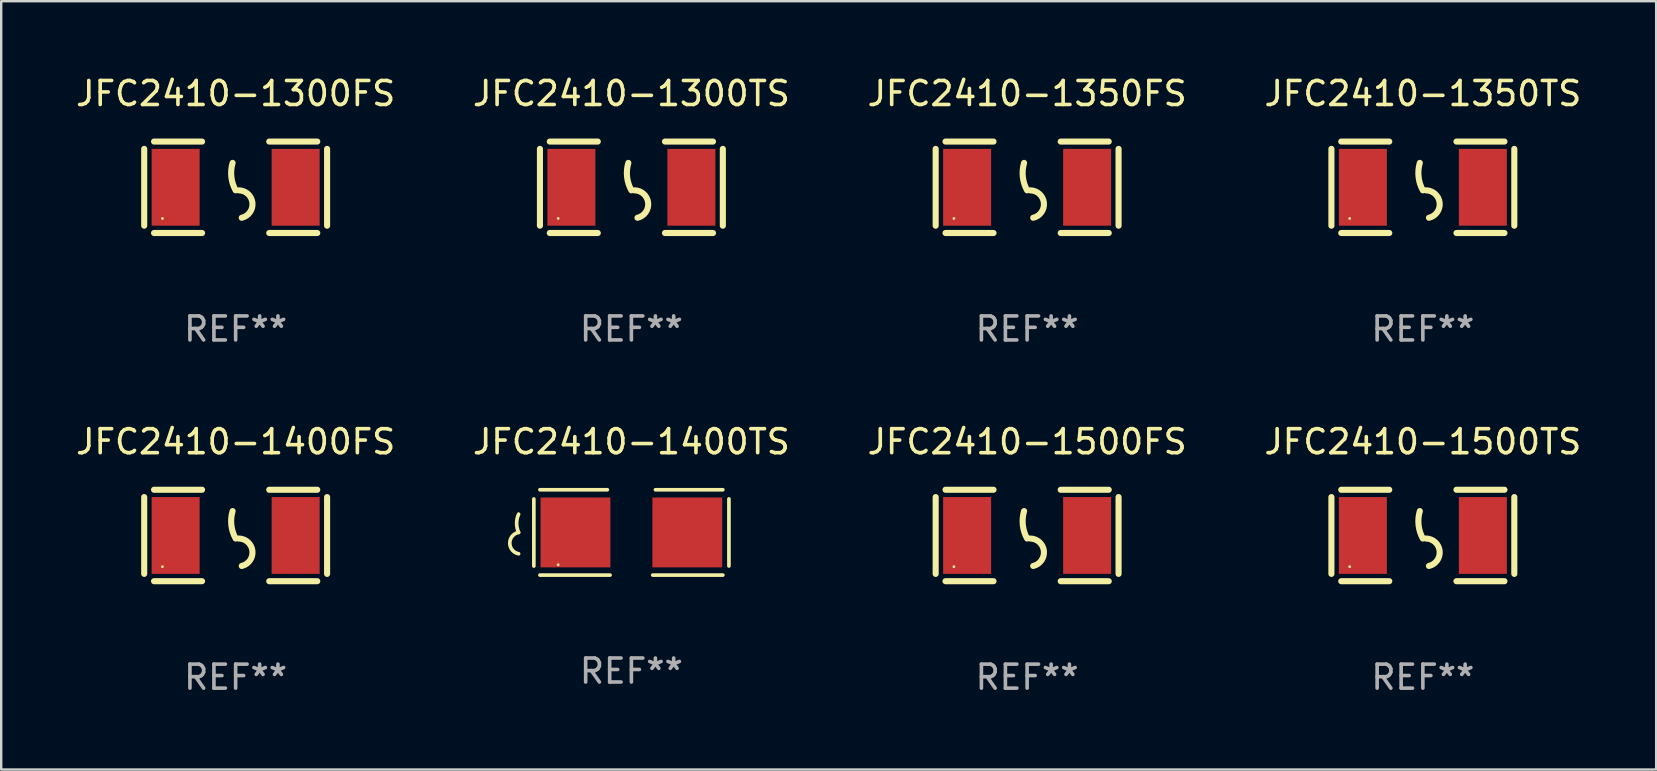
<source format=kicad_pcb>
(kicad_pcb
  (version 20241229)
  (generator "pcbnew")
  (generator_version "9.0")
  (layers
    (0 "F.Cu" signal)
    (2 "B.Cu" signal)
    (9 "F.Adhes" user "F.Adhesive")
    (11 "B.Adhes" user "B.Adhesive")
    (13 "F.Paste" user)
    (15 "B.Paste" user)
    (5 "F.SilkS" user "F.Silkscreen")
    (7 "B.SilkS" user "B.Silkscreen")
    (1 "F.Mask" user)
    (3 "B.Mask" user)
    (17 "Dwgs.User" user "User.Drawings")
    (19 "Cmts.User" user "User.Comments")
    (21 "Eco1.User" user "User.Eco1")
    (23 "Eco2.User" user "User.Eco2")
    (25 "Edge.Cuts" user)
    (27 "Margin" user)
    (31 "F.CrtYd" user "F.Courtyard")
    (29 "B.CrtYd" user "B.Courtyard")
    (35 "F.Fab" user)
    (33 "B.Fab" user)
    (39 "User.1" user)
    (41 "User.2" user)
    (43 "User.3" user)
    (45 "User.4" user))
  (footprint "JFC2410-1300FS"
    (layer "F.Cu")
    (at 6.768 4.753)
    (property "Reference" "JFC2410-1300FS" (at 0 -3.905 0) (layer "F.SilkS") (effects (font (size 1 1) (thickness 0.15))))
    (attr through_hole)
    (fp_line (start -3.81 -1.6) (end -3.81 1.6) (stroke (width 0.254) (type solid)) (layer "F.SilkS"))
    (fp_line (start -3.4 -1.905) (end -1.4 -1.905) (stroke (width 0.254) (type solid)) (layer "F.SilkS"))
    (fp_line (start -3.4 1.905) (end -1.4 1.905) (stroke (width 0.254) (type solid)) (layer "F.SilkS"))
    (fp_line (start 1.4 -1.905) (end 3.4 -1.905) (stroke (width 0.254) (type solid)) (layer "F.SilkS"))
    (fp_line (start 1.4 1.905) (end 3.4 1.905) (stroke (width 0.254) (type solid)) (layer "F.SilkS"))
    (fp_line (start 3.81 -1.6) (end 3.81 1.6) (stroke (width 0.254) (type solid)) (layer "F.SilkS"))
    (fp_arc (start 0 0.127) (mid -0.178599 -0.431712) (end -0.127 -1.016002) (stroke (width 0.254001) (type solid)) (layer "F.SilkS"))
    (fp_arc (start 0.126999 0.127) (mid 0.698883 0.642014) (end 0.254001 1.270003) (stroke (width 0.254001) (type solid)) (layer "F.SilkS"))
    (fp_circle (center -3.05 1.3) (end -3.02 1.3) (stroke (width 0.06) (type solid)) (fill no) (layer "F.SilkS"))
    (fp_text user "REF**" (at 0 5.905 0) (layer "F.Fab") (effects (font (size 1 1) (thickness 0.15))))
    (pad "1" smd rect (at -2.5 0) (size 2 3.2) (layers "F.Cu" "F.Mask" "F.Paste"))
    (pad "2" smd rect (at 2.5 0) (size 2 3.2) (layers "F.Cu" "F.Mask" "F.Paste")))
  (footprint "JFC2410-1500FS"
    (layer "F.Cu")
    (at 39.744 19.26)
    (property "Reference" "JFC2410-1500FS" (at 0 -3.905 0) (layer "F.SilkS") (effects (font (size 1 1) (thickness 0.15))))
    (attr through_hole)
    (fp_line (start -3.81 -1.6) (end -3.81 1.6) (stroke (width 0.254) (type solid)) (layer "F.SilkS"))
    (fp_line (start -3.4 -1.905) (end -1.4 -1.905) (stroke (width 0.254) (type solid)) (layer "F.SilkS"))
    (fp_line (start -3.4 1.905) (end -1.4 1.905) (stroke (width 0.254) (type solid)) (layer "F.SilkS"))
    (fp_line (start 1.4 -1.905) (end 3.4 -1.905) (stroke (width 0.254) (type solid)) (layer "F.SilkS"))
    (fp_line (start 1.4 1.905) (end 3.4 1.905) (stroke (width 0.254) (type solid)) (layer "F.SilkS"))
    (fp_line (start 3.81 -1.6) (end 3.81 1.6) (stroke (width 0.254) (type solid)) (layer "F.SilkS"))
    (fp_arc (start 0 0.127) (mid -0.178599 -0.431712) (end -0.127 -1.016002) (stroke (width 0.254001) (type solid)) (layer "F.SilkS"))
    (fp_arc (start 0.126999 0.127) (mid 0.698883 0.642014) (end 0.254001 1.270003) (stroke (width 0.254001) (type solid)) (layer "F.SilkS"))
    (fp_circle (center -3.05 1.3) (end -3.02 1.3) (stroke (width 0.06) (type solid)) (fill no) (layer "F.SilkS"))
    (fp_text user "REF**" (at 0 5.905 0) (layer "F.Fab") (effects (font (size 1 1) (thickness 0.15))))
    (pad "1" smd rect (at -2.5 0) (size 2 3.2) (layers "F.Cu" "F.Mask" "F.Paste"))
    (pad "2" smd rect (at 2.5 0) (size 2 3.2) (layers "F.Cu" "F.Mask" "F.Paste")))
  (footprint "JFC2410-1500TS"
    (layer "F.Cu")
    (at 56.232 19.26)
    (property "Reference" "JFC2410-1500TS" (at 0 -3.905 0) (layer "F.SilkS") (effects (font (size 1 1) (thickness 0.15))))
    (attr through_hole)
    (fp_line (start -3.81 -1.6) (end -3.81 1.6) (stroke (width 0.254) (type solid)) (layer "F.SilkS"))
    (fp_line (start -3.4 -1.905) (end -1.4 -1.905) (stroke (width 0.254) (type solid)) (layer "F.SilkS"))
    (fp_line (start -3.4 1.905) (end -1.4 1.905) (stroke (width 0.254) (type solid)) (layer "F.SilkS"))
    (fp_line (start 1.4 -1.905) (end 3.4 -1.905) (stroke (width 0.254) (type solid)) (layer "F.SilkS"))
    (fp_line (start 1.4 1.905) (end 3.4 1.905) (stroke (width 0.254) (type solid)) (layer "F.SilkS"))
    (fp_line (start 3.81 -1.6) (end 3.81 1.6) (stroke (width 0.254) (type solid)) (layer "F.SilkS"))
    (fp_arc (start 0 0.127) (mid -0.178599 -0.431712) (end -0.127 -1.016002) (stroke (width 0.254001) (type solid)) (layer "F.SilkS"))
    (fp_arc (start 0.126999 0.127) (mid 0.698883 0.642014) (end 0.254001 1.270003) (stroke (width 0.254001) (type solid)) (layer "F.SilkS"))
    (fp_circle (center -3.05 1.3) (end -3.02 1.3) (stroke (width 0.06) (type solid)) (fill no) (layer "F.SilkS"))
    (fp_text user "REF**" (at 0 5.905 0) (layer "F.Fab") (effects (font (size 1 1) (thickness 0.15))))
    (pad "1" smd rect (at -2.5 0) (size 2 3.2) (layers "F.Cu" "F.Mask" "F.Paste"))
    (pad "2" smd rect (at 2.5 0) (size 2 3.2) (layers "F.Cu" "F.Mask" "F.Paste")))
  (footprint "JFC2410-1300TS"
    (layer "F.Cu")
    (at 23.256 4.753)
    (property "Reference" "JFC2410-1300TS" (at 0 -3.905 0) (layer "F.SilkS") (effects (font (size 1 1) (thickness 0.15))))
    (attr through_hole)
    (fp_line (start -3.81 -1.6) (end -3.81 1.6) (stroke (width 0.254) (type solid)) (layer "F.SilkS"))
    (fp_line (start -3.4 -1.905) (end -1.4 -1.905) (stroke (width 0.254) (type solid)) (layer "F.SilkS"))
    (fp_line (start -3.4 1.905) (end -1.4 1.905) (stroke (width 0.254) (type solid)) (layer "F.SilkS"))
    (fp_line (start 1.4 -1.905) (end 3.4 -1.905) (stroke (width 0.254) (type solid)) (layer "F.SilkS"))
    (fp_line (start 1.4 1.905) (end 3.4 1.905) (stroke (width 0.254) (type solid)) (layer "F.SilkS"))
    (fp_line (start 3.81 -1.6) (end 3.81 1.6) (stroke (width 0.254) (type solid)) (layer "F.SilkS"))
    (fp_arc (start 0 0.127) (mid -0.178599 -0.431712) (end -0.127 -1.016002) (stroke (width 0.254001) (type solid)) (layer "F.SilkS"))
    (fp_arc (start 0.126999 0.127) (mid 0.698883 0.642014) (end 0.254001 1.270003) (stroke (width 0.254001) (type solid)) (layer "F.SilkS"))
    (fp_circle (center -3.05 1.3) (end -3.02 1.3) (stroke (width 0.06) (type solid)) (fill no) (layer "F.SilkS"))
    (fp_text user "REF**" (at 0 5.905 0) (layer "F.Fab") (effects (font (size 1 1) (thickness 0.15))))
    (pad "1" smd rect (at -2.5 0) (size 2 3.2) (layers "F.Cu" "F.Mask" "F.Paste"))
    (pad "2" smd rect (at 2.5 0) (size 2 3.2) (layers "F.Cu" "F.Mask" "F.Paste")))
  (footprint "JFC2410-1400TS"
    (layer "F.Cu")
    (at 23.256 19.133)
    (property "Reference" "JFC2410-1400TS" (at 0 -3.778 0) (layer "F.SilkS") (effects (font (size 1 1) (thickness 0.15))))
    (attr through_hole)
    (fp_line (start -4.064 -1.393) (end -4.064 1.401) (stroke (width 0.152) (type solid)) (layer "F.SilkS"))
    (fp_line (start -3.81 -1.778) (end -1.002 -1.778) (stroke (width 0.152) (type solid)) (layer "F.SilkS"))
    (fp_line (start -0.889 1.778) (end -3.81 1.778) (stroke (width 0.152) (type solid)) (layer "F.SilkS"))
    (fp_line (start 0.889 1.778) (end 3.81 1.778) (stroke (width 0.152) (type solid)) (layer "F.SilkS"))
    (fp_line (start 3.81 -1.778) (end 1.002 -1.778) (stroke (width 0.152) (type solid)) (layer "F.SilkS"))
    (fp_line (start 4.064 -1.397) (end 4.064 1.397) (stroke (width 0.152) (type solid)) (layer "F.SilkS"))
    (fp_arc (start -4.699009 0) (mid -4.780645 -0.381001) (end -4.699009 -0.762002) (stroke (width 0.151994) (type solid)) (layer "F.SilkS"))
    (fp_arc (start -4.699009 0.889002) (mid -5.066697 0.444501) (end -4.699009 0) (stroke (width 0.151994) (type solid)) (layer "F.SilkS"))
    (fp_circle (center -3.05 1.347) (end -3.02 1.347) (stroke (width 0.06) (type solid)) (fill no) (layer "F.SilkS"))
    (fp_text user "REF**" (at 0 5.778 0) (layer "F.Fab") (effects (font (size 1 1) (thickness 0.15))))
    (pad "1" smd rect (at -2.33 0) (size 2.91 2.911) (layers "F.Cu" "F.Mask" "F.Paste"))
    (pad "2" smd rect (at 2.33 0) (size 2.91 2.911) (layers "F.Cu" "F.Mask" "F.Paste")))
  (footprint "JFC2410-1400FS"
    (layer "F.Cu")
    (at 6.768 19.26)
    (property "Reference" "JFC2410-1400FS" (at 0 -3.905 0) (layer "F.SilkS") (effects (font (size 1 1) (thickness 0.15))))
    (attr through_hole)
    (fp_line (start -3.81 -1.6) (end -3.81 1.6) (stroke (width 0.254) (type solid)) (layer "F.SilkS"))
    (fp_line (start -3.4 -1.905) (end -1.4 -1.905) (stroke (width 0.254) (type solid)) (layer "F.SilkS"))
    (fp_line (start -3.4 1.905) (end -1.4 1.905) (stroke (width 0.254) (type solid)) (layer "F.SilkS"))
    (fp_line (start 1.4 -1.905) (end 3.4 -1.905) (stroke (width 0.254) (type solid)) (layer "F.SilkS"))
    (fp_line (start 1.4 1.905) (end 3.4 1.905) (stroke (width 0.254) (type solid)) (layer "F.SilkS"))
    (fp_line (start 3.81 -1.6) (end 3.81 1.6) (stroke (width 0.254) (type solid)) (layer "F.SilkS"))
    (fp_arc (start 0 0.127) (mid -0.178599 -0.431712) (end -0.127 -1.016002) (stroke (width 0.254001) (type solid)) (layer "F.SilkS"))
    (fp_arc (start 0.126999 0.127) (mid 0.698883 0.642014) (end 0.254001 1.270003) (stroke (width 0.254001) (type solid)) (layer "F.SilkS"))
    (fp_circle (center -3.05 1.3) (end -3.02 1.3) (stroke (width 0.06) (type solid)) (fill no) (layer "F.SilkS"))
    (fp_text user "REF**" (at 0 5.905 0) (layer "F.Fab") (effects (font (size 1 1) (thickness 0.15))))
    (pad "1" smd rect (at -2.5 0) (size 2 3.2) (layers "F.Cu" "F.Mask" "F.Paste"))
    (pad "2" smd rect (at 2.5 0) (size 2 3.2) (layers "F.Cu" "F.Mask" "F.Paste")))
  (footprint "JFC2410-1350TS"
    (layer "F.Cu")
    (at 56.232 4.753)
    (property "Reference" "JFC2410-1350TS" (at 0 -3.905 0) (layer "F.SilkS") (effects (font (size 1 1) (thickness 0.15))))
    (attr through_hole)
    (fp_line (start -3.81 -1.6) (end -3.81 1.6) (stroke (width 0.254) (type solid)) (layer "F.SilkS"))
    (fp_line (start -3.4 -1.905) (end -1.4 -1.905) (stroke (width 0.254) (type solid)) (layer "F.SilkS"))
    (fp_line (start -3.4 1.905) (end -1.4 1.905) (stroke (width 0.254) (type solid)) (layer "F.SilkS"))
    (fp_line (start 1.4 -1.905) (end 3.4 -1.905) (stroke (width 0.254) (type solid)) (layer "F.SilkS"))
    (fp_line (start 1.4 1.905) (end 3.4 1.905) (stroke (width 0.254) (type solid)) (layer "F.SilkS"))
    (fp_line (start 3.81 -1.6) (end 3.81 1.6) (stroke (width 0.254) (type solid)) (layer "F.SilkS"))
    (fp_arc (start 0 0.127) (mid -0.178599 -0.431712) (end -0.127 -1.016002) (stroke (width 0.254001) (type solid)) (layer "F.SilkS"))
    (fp_arc (start 0.126999 0.127) (mid 0.698883 0.642014) (end 0.254001 1.270003) (stroke (width 0.254001) (type solid)) (layer "F.SilkS"))
    (fp_circle (center -3.05 1.3) (end -3.02 1.3) (stroke (width 0.06) (type solid)) (fill no) (layer "F.SilkS"))
    (fp_text user "REF**" (at 0 5.905 0) (layer "F.Fab") (effects (font (size 1 1) (thickness 0.15))))
    (pad "1" smd rect (at -2.5 0) (size 2 3.2) (layers "F.Cu" "F.Mask" "F.Paste"))
    (pad "2" smd rect (at 2.5 0) (size 2 3.2) (layers "F.Cu" "F.Mask" "F.Paste")))
  (footprint "JFC2410-1350FS"
    (layer "F.Cu")
    (at 39.744 4.753)
    (property "Reference" "JFC2410-1350FS" (at 0 -3.905 0) (layer "F.SilkS") (effects (font (size 1 1) (thickness 0.15))))
    (attr through_hole)
    (fp_line (start -3.81 -1.6) (end -3.81 1.6) (stroke (width 0.254) (type solid)) (layer "F.SilkS"))
    (fp_line (start -3.4 -1.905) (end -1.4 -1.905) (stroke (width 0.254) (type solid)) (layer "F.SilkS"))
    (fp_line (start -3.4 1.905) (end -1.4 1.905) (stroke (width 0.254) (type solid)) (layer "F.SilkS"))
    (fp_line (start 1.4 -1.905) (end 3.4 -1.905) (stroke (width 0.254) (type solid)) (layer "F.SilkS"))
    (fp_line (start 1.4 1.905) (end 3.4 1.905) (stroke (width 0.254) (type solid)) (layer "F.SilkS"))
    (fp_line (start 3.81 -1.6) (end 3.81 1.6) (stroke (width 0.254) (type solid)) (layer "F.SilkS"))
    (fp_arc (start 0 0.127) (mid -0.178599 -0.431712) (end -0.127 -1.016002) (stroke (width 0.254001) (type solid)) (layer "F.SilkS"))
    (fp_arc (start 0.126999 0.127) (mid 0.698883 0.642014) (end 0.254001 1.270003) (stroke (width 0.254001) (type solid)) (layer "F.SilkS"))
    (fp_circle (center -3.05 1.3) (end -3.02 1.3) (stroke (width 0.06) (type solid)) (fill no) (layer "F.SilkS"))
    (fp_text user "REF**" (at 0 5.905 0) (layer "F.Fab") (effects (font (size 1 1) (thickness 0.15))))
    (pad "1" smd rect (at -2.5 0) (size 2 3.2) (layers "F.Cu" "F.Mask" "F.Paste"))
    (pad "2" smd rect (at 2.5 0) (size 2 3.2) (layers "F.Cu" "F.Mask" "F.Paste")))
  (gr_rect
    (start -3 -3)
    (end 65.952 29.013)
    (stroke (width 0.1) (type default))
    (fill no)
    (layer "Edge.Cuts")))
</source>
